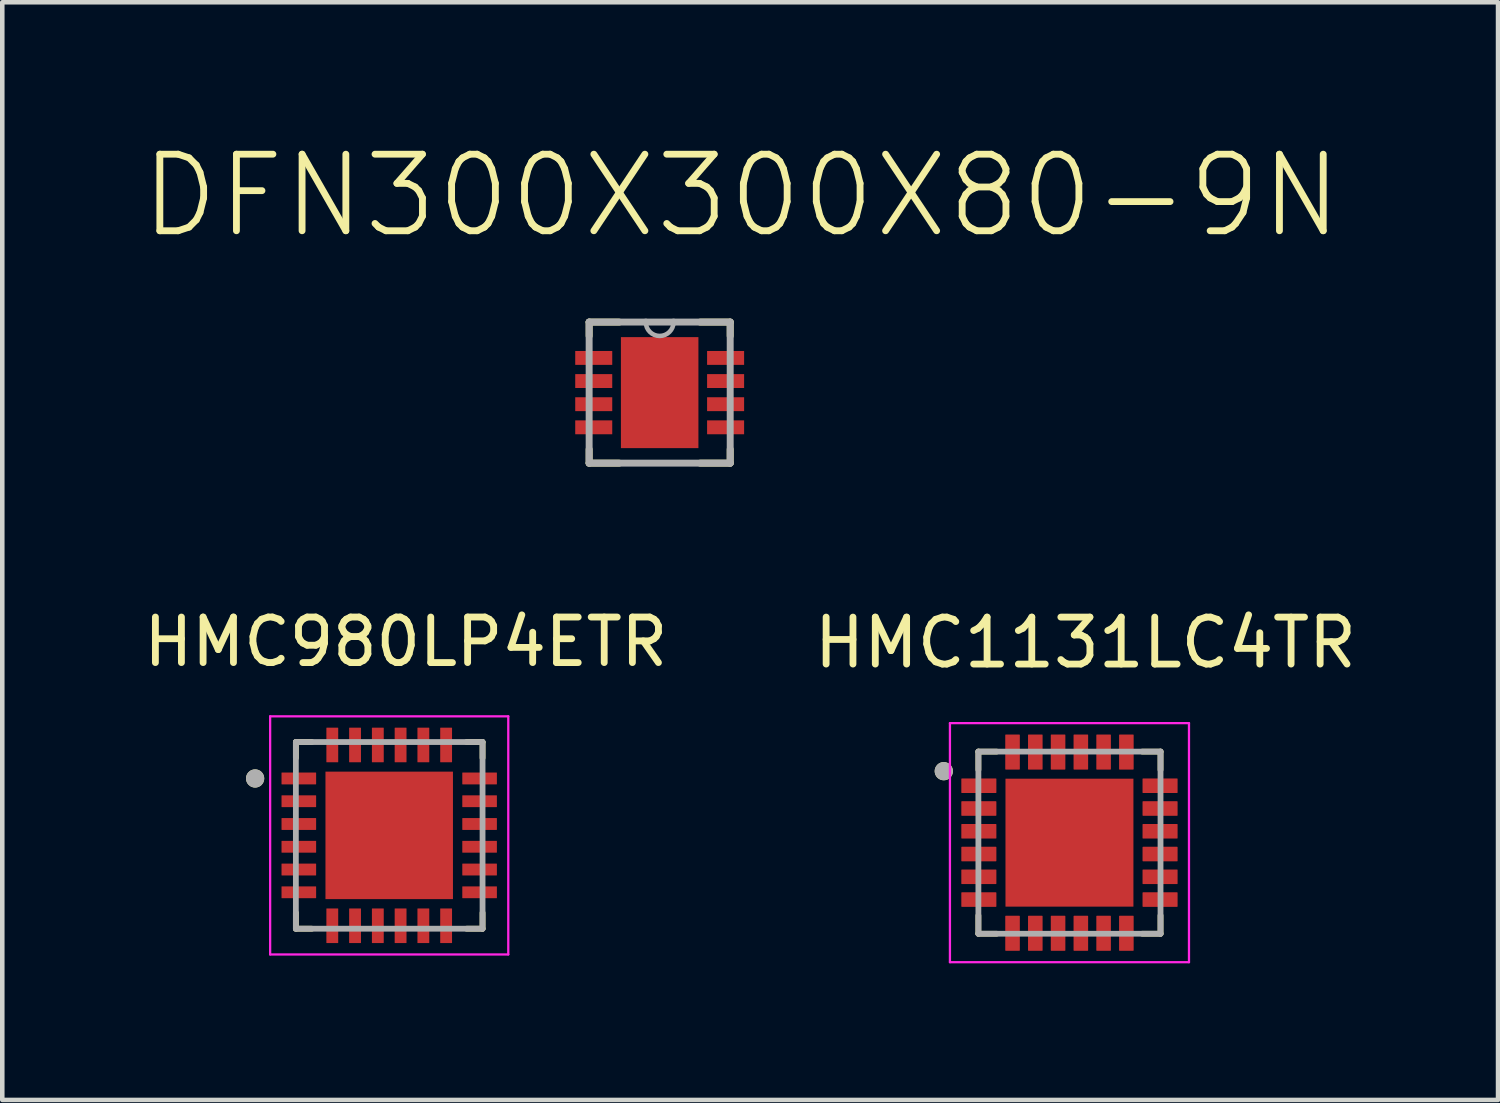
<source format=kicad_pcb>
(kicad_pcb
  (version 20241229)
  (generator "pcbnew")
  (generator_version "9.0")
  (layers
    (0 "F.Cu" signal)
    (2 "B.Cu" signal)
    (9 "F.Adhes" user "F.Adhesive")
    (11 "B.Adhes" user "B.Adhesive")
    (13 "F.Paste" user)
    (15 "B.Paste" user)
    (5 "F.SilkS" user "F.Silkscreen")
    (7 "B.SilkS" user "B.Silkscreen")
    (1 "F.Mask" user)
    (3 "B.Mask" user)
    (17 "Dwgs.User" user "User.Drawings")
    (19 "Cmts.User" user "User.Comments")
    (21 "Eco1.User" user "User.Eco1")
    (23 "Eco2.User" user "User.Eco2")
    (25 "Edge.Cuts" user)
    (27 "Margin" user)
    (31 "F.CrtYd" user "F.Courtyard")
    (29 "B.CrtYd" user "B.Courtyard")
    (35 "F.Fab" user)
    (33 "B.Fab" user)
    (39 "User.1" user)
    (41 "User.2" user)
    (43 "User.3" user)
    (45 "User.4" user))
  (footprint "DFN300X300X80-9N"
    (layer "F.Cu")
    (at 11.438 5.573)
    (property "Reference" "DFN300X300X80-9N" (at 1.798 -4.325 0) (layer "F.SilkS") (effects (font (size 1.682 1.682) (thickness 0.15))))
    (attr smd)
    (fp_line (start -1.549 -1.549) (end -1.549 -1.245) (stroke (width 0.152) (type solid)) (layer "F.SilkS"))
    (fp_line (start -1.549 1.245) (end -1.549 1.549) (stroke (width 0.152) (type solid)) (layer "F.SilkS"))
    (fp_line (start -1.549 1.549) (end -0.889 1.549) (stroke (width 0.152) (type solid)) (layer "F.SilkS"))
    (fp_line (start -0.889 -1.549) (end -1.549 -1.549) (stroke (width 0.152) (type solid)) (layer "F.SilkS"))
    (fp_line (start 0.889 1.549) (end 1.549 1.549) (stroke (width 0.152) (type solid)) (layer "F.SilkS"))
    (fp_line (start 1.549 -1.549) (end 0.889 -1.549) (stroke (width 0.152) (type solid)) (layer "F.SilkS"))
    (fp_line (start 1.549 -1.245) (end 1.549 -1.549) (stroke (width 0.152) (type solid)) (layer "F.SilkS"))
    (fp_line (start 1.549 1.549) (end 1.549 1.245) (stroke (width 0.152) (type solid)) (layer "F.SilkS"))
    (fp_line (start -1.549 -1.549) (end -1.549 1.549) (stroke (width 0.152) (type solid)) (layer "F.Fab"))
    (fp_line (start -1.549 1.549) (end 1.549 1.549) (stroke (width 0.152) (type solid)) (layer "F.Fab"))
    (fp_line (start -0.305 -1.549) (end -1.549 -1.549) (stroke (width 0.152) (type solid)) (layer "F.Fab"))
    (fp_line (start 0.305 -1.549) (end -0.305 -1.549) (stroke (width 0.152) (type solid)) (layer "F.Fab"))
    (fp_line (start 1.549 -1.549) (end 0.305 -1.549) (stroke (width 0.152) (type solid)) (layer "F.Fab"))
    (fp_line (start 1.549 1.549) (end 1.549 -1.549) (stroke (width 0.152) (type solid)) (layer "F.Fab"))
    (fp_arc (start 0.3048 -1.5494) (mid 0 -1.2446) (end -0.3048 -1.5494) (stroke (width 0.1) (type solid)) (layer "F.Fab"))
    (pad "1" smd rect (at -1.448 -0.762) (size 0.813 0.305) (layers "F.Cu" "F.Mask" "F.Paste"))
    (pad "2" smd rect (at -1.448 -0.254) (size 0.813 0.305) (layers "F.Cu" "F.Mask" "F.Paste"))
    (pad "3" smd rect (at -1.448 0.254) (size 0.813 0.305) (layers "F.Cu" "F.Mask" "F.Paste"))
    (pad "4" smd rect (at -1.448 0.762) (size 0.813 0.305) (layers "F.Cu" "F.Mask" "F.Paste"))
    (pad "5" smd rect (at 1.448 0.762) (size 0.813 0.305) (layers "F.Cu" "F.Mask" "F.Paste"))
    (pad "6" smd rect (at 1.448 0.254) (size 0.813 0.305) (layers "F.Cu" "F.Mask" "F.Paste"))
    (pad "7" smd rect (at 1.448 -0.254) (size 0.813 0.305) (layers "F.Cu" "F.Mask" "F.Paste"))
    (pad "8" smd rect (at 1.448 -0.762) (size 0.813 0.305) (layers "F.Cu" "F.Mask" "F.Paste"))
    (pad "9" smd rect (at 0 0) (size 1.702 2.438) (layers "F.Cu" "F.Mask" "F.Paste")))
  (footprint "HMC980LP4ETR"
    (layer "F.Cu")
    (at 5.498 15.297)
    (property "Reference" "HMC980LP4ETR" (at 0.365 -4.25 0) (layer "F.SilkS") (effects (font (size 1 1) (thickness 0.15))))
    (attr smd)
    (fp_line (start -2.05 -2.05) (end -2.05 -1.7) (stroke (width 0.127) (type solid)) (layer "F.SilkS"))
    (fp_line (start -2.05 -2.05) (end -1.7 -2.05) (stroke (width 0.127) (type solid)) (layer "F.SilkS"))
    (fp_line (start -2.05 2.05) (end -2.05 1.7) (stroke (width 0.127) (type solid)) (layer "F.SilkS"))
    (fp_line (start -2.05 2.05) (end -1.7 2.05) (stroke (width 0.127) (type solid)) (layer "F.SilkS"))
    (fp_line (start 2.05 -2.05) (end 1.7 -2.05) (stroke (width 0.127) (type solid)) (layer "F.SilkS"))
    (fp_line (start 2.05 -2.05) (end 2.05 -1.7) (stroke (width 0.127) (type solid)) (layer "F.SilkS"))
    (fp_line (start 2.05 2.05) (end 1.7 2.05) (stroke (width 0.127) (type solid)) (layer "F.SilkS"))
    (fp_line (start 2.05 2.05) (end 2.05 1.7) (stroke (width 0.127) (type solid)) (layer "F.SilkS"))
    (fp_circle (center -2.945 -1.25) (end -2.845 -1.25) (stroke (width 0.2) (type solid)) (fill no) (layer "F.SilkS"))
    (fp_poly (pts (xy -0.89 -0.89) (xy 0.89 -0.89) (xy 0.89 0.89) (xy -0.89 0.89)) (stroke (width 0.01) (type solid)) (fill yes) (layer "F.Paste"))
    (fp_line (start -2.615 -2.615) (end 2.615 -2.615) (stroke (width 0.05) (type solid)) (layer "F.CrtYd"))
    (fp_line (start -2.615 2.615) (end -2.615 -2.615) (stroke (width 0.05) (type solid)) (layer "F.CrtYd"))
    (fp_line (start -2.615 2.615) (end 2.615 2.615) (stroke (width 0.05) (type solid)) (layer "F.CrtYd"))
    (fp_line (start 2.615 2.615) (end 2.615 -2.615) (stroke (width 0.05) (type solid)) (layer "F.CrtYd"))
    (fp_line (start -2.05 2.05) (end -2.05 -2.05) (stroke (width 0.127) (type solid)) (layer "F.Fab"))
    (fp_line (start 2.05 -2.05) (end -2.05 -2.05) (stroke (width 0.127) (type solid)) (layer "F.Fab"))
    (fp_line (start 2.05 2.05) (end -2.05 2.05) (stroke (width 0.127) (type solid)) (layer "F.Fab"))
    (fp_line (start 2.05 2.05) (end 2.05 -2.05) (stroke (width 0.127) (type solid)) (layer "F.Fab"))
    (fp_circle (center -2.945 -1.25) (end -2.845 -1.25) (stroke (width 0.2) (type solid)) (fill no) (layer "F.Fab"))
    (pad "1" smd roundrect (at -1.985 -1.25) (size 0.76 0.26) (layers "F.Cu" "F.Mask" "F.Paste") (roundrect_rratio 0.03))
    (pad "2" smd roundrect (at -1.985 -0.75) (size 0.76 0.26) (layers "F.Cu" "F.Mask" "F.Paste") (roundrect_rratio 0.03))
    (pad "3" smd roundrect (at -1.985 -0.25) (size 0.76 0.26) (layers "F.Cu" "F.Mask" "F.Paste") (roundrect_rratio 0.03))
    (pad "4" smd roundrect (at -1.985 0.25) (size 0.76 0.26) (layers "F.Cu" "F.Mask" "F.Paste") (roundrect_rratio 0.03))
    (pad "5" smd roundrect (at -1.985 0.75) (size 0.76 0.26) (layers "F.Cu" "F.Mask" "F.Paste") (roundrect_rratio 0.03))
    (pad "6" smd roundrect (at -1.985 1.25) (size 0.76 0.26) (layers "F.Cu" "F.Mask" "F.Paste") (roundrect_rratio 0.03))
    (pad "7" smd roundrect (at -1.25 1.985 90) (size 0.76 0.26) (layers "F.Cu" "F.Mask" "F.Paste") (roundrect_rratio 0.03))
    (pad "8" smd roundrect (at -0.75 1.985 90) (size 0.76 0.26) (layers "F.Cu" "F.Mask" "F.Paste") (roundrect_rratio 0.03))
    (pad "9" smd roundrect (at -0.25 1.985 90) (size 0.76 0.26) (layers "F.Cu" "F.Mask" "F.Paste") (roundrect_rratio 0.03))
    (pad "10" smd roundrect (at 0.25 1.985 90) (size 0.76 0.26) (layers "F.Cu" "F.Mask" "F.Paste") (roundrect_rratio 0.03))
    (pad "11" smd roundrect (at 0.75 1.985 90) (size 0.76 0.26) (layers "F.Cu" "F.Mask" "F.Paste") (roundrect_rratio 0.03))
    (pad "12" smd roundrect (at 1.25 1.985 90) (size 0.76 0.26) (layers "F.Cu" "F.Mask" "F.Paste") (roundrect_rratio 0.03))
    (pad "13" smd roundrect (at 1.985 1.25) (size 0.76 0.26) (layers "F.Cu" "F.Mask" "F.Paste") (roundrect_rratio 0.03))
    (pad "14" smd roundrect (at 1.985 0.75) (size 0.76 0.26) (layers "F.Cu" "F.Mask" "F.Paste") (roundrect_rratio 0.03))
    (pad "15" smd roundrect (at 1.985 0.25) (size 0.76 0.26) (layers "F.Cu" "F.Mask" "F.Paste") (roundrect_rratio 0.03))
    (pad "16" smd roundrect (at 1.985 -0.25) (size 0.76 0.26) (layers "F.Cu" "F.Mask" "F.Paste") (roundrect_rratio 0.03))
    (pad "17" smd roundrect (at 1.985 -0.75) (size 0.76 0.26) (layers "F.Cu" "F.Mask" "F.Paste") (roundrect_rratio 0.03))
    (pad "18" smd roundrect (at 1.985 -1.25) (size 0.76 0.26) (layers "F.Cu" "F.Mask" "F.Paste") (roundrect_rratio 0.03))
    (pad "19" smd roundrect (at 1.25 -1.985 90) (size 0.76 0.26) (layers "F.Cu" "F.Mask" "F.Paste") (roundrect_rratio 0.03))
    (pad "20" smd roundrect (at 0.75 -1.985 90) (size 0.76 0.26) (layers "F.Cu" "F.Mask" "F.Paste") (roundrect_rratio 0.03))
    (pad "21" smd roundrect (at 0.25 -1.985 90) (size 0.76 0.26) (layers "F.Cu" "F.Mask" "F.Paste") (roundrect_rratio 0.03))
    (pad "22" smd roundrect (at -0.25 -1.985 90) (size 0.76 0.26) (layers "F.Cu" "F.Mask" "F.Paste") (roundrect_rratio 0.03))
    (pad "23" smd roundrect (at -0.75 -1.985 90) (size 0.76 0.26) (layers "F.Cu" "F.Mask" "F.Paste") (roundrect_rratio 0.03))
    (pad "24" smd roundrect (at -1.25 -1.985 90) (size 0.76 0.26) (layers "F.Cu" "F.Mask" "F.Paste") (roundrect_rratio 0.03))
    (pad "25" smd rect (at 0 0) (size 2.8 2.8) (layers "F.Cu" "F.Mask")))
  (footprint "HMC1131LC4TR"
    (layer "F.Cu")
    (at 20.438 15.457)
    (property "Reference" "HMC1131LC4TR" (at 0.351 -4.392 0) (layer "F.SilkS") (effects (font (size 1.031 1.031) (thickness 0.15))))
    (attr smd)
    (fp_line (start -2 -2) (end -2 -1.6) (stroke (width 0.127) (type solid)) (layer "F.SilkS"))
    (fp_line (start -2 2) (end -2 1.6) (stroke (width 0.127) (type solid)) (layer "F.SilkS"))
    (fp_line (start -1.6 -2) (end -2 -2) (stroke (width 0.127) (type solid)) (layer "F.SilkS"))
    (fp_line (start -1.6 2) (end -2 2) (stroke (width 0.127) (type solid)) (layer "F.SilkS"))
    (fp_line (start 1.6 -2) (end 2 -2) (stroke (width 0.127) (type solid)) (layer "F.SilkS"))
    (fp_line (start 1.6 2) (end 2 2) (stroke (width 0.127) (type solid)) (layer "F.SilkS"))
    (fp_line (start 2 -2) (end 2 -1.6) (stroke (width 0.127) (type solid)) (layer "F.SilkS"))
    (fp_line (start 2 2) (end 2 1.6) (stroke (width 0.127) (type solid)) (layer "F.SilkS"))
    (fp_circle (center -2.76 -1.57) (end -2.56 -1.57) (stroke (width 0) (type solid)) (fill yes) (layer "F.SilkS"))
    (fp_poly (pts (xy -0.724 -0.703) (xy 0.703 -0.703) (xy 0.703 0.724) (xy -0.724 0.724)) (stroke (width 0.01) (type solid)) (fill yes) (layer "F.Paste"))
    (fp_line (start -2.625 -2.625) (end 2.625 -2.625) (stroke (width 0.05) (type solid)) (layer "F.CrtYd"))
    (fp_line (start -2.625 2.625) (end -2.625 -2.625) (stroke (width 0.05) (type solid)) (layer "F.CrtYd"))
    (fp_line (start -2.625 2.625) (end 2.625 2.625) (stroke (width 0.05) (type solid)) (layer "F.CrtYd"))
    (fp_line (start 2.625 2.625) (end 2.625 -2.625) (stroke (width 0.05) (type solid)) (layer "F.CrtYd"))
    (fp_line (start -2 2) (end -2 -2) (stroke (width 0.127) (type solid)) (layer "F.Fab"))
    (fp_line (start 2 -2) (end -2 -2) (stroke (width 0.127) (type solid)) (layer "F.Fab"))
    (fp_line (start 2 2) (end -2 2) (stroke (width 0.127) (type solid)) (layer "F.Fab"))
    (fp_line (start 2 2) (end 2 -2) (stroke (width 0.127) (type solid)) (layer "F.Fab"))
    (fp_circle (center -2.76 -1.57) (end -2.56 -1.57) (stroke (width 0) (type solid)) (fill yes) (layer "F.Fab"))
    (pad "1" smd roundrect (at -1.99 -1.25) (size 0.77 0.32) (layers "F.Cu" "F.Mask" "F.Paste") (roundrect_rratio 0.04))
    (pad "2" smd roundrect (at -1.99 -0.75) (size 0.77 0.32) (layers "F.Cu" "F.Mask" "F.Paste") (roundrect_rratio 0.04))
    (pad "3" smd roundrect (at -1.99 -0.25) (size 0.77 0.32) (layers "F.Cu" "F.Mask" "F.Paste") (roundrect_rratio 0.04))
    (pad "4" smd roundrect (at -1.99 0.25) (size 0.77 0.32) (layers "F.Cu" "F.Mask" "F.Paste") (roundrect_rratio 0.04))
    (pad "5" smd roundrect (at -1.99 0.75) (size 0.77 0.32) (layers "F.Cu" "F.Mask" "F.Paste") (roundrect_rratio 0.04))
    (pad "6" smd roundrect (at -1.99 1.25) (size 0.77 0.32) (layers "F.Cu" "F.Mask" "F.Paste") (roundrect_rratio 0.04))
    (pad "7" smd roundrect (at -1.25 1.99 90) (size 0.77 0.32) (layers "F.Cu" "F.Mask" "F.Paste") (roundrect_rratio 0.04))
    (pad "8" smd roundrect (at -0.75 1.99 90) (size 0.77 0.32) (layers "F.Cu" "F.Mask" "F.Paste") (roundrect_rratio 0.04))
    (pad "9" smd roundrect (at -0.25 1.99 90) (size 0.77 0.32) (layers "F.Cu" "F.Mask" "F.Paste") (roundrect_rratio 0.04))
    (pad "10" smd roundrect (at 0.25 1.99 90) (size 0.77 0.32) (layers "F.Cu" "F.Mask" "F.Paste") (roundrect_rratio 0.04))
    (pad "11" smd roundrect (at 0.75 1.99 90) (size 0.77 0.32) (layers "F.Cu" "F.Mask" "F.Paste") (roundrect_rratio 0.04))
    (pad "12" smd roundrect (at 1.25 1.99 90) (size 0.77 0.32) (layers "F.Cu" "F.Mask" "F.Paste") (roundrect_rratio 0.04))
    (pad "13" smd roundrect (at 1.99 1.25) (size 0.77 0.32) (layers "F.Cu" "F.Mask" "F.Paste") (roundrect_rratio 0.04))
    (pad "14" smd roundrect (at 1.99 0.75) (size 0.77 0.32) (layers "F.Cu" "F.Mask" "F.Paste") (roundrect_rratio 0.04))
    (pad "15" smd roundrect (at 1.99 0.25) (size 0.77 0.32) (layers "F.Cu" "F.Mask" "F.Paste") (roundrect_rratio 0.04))
    (pad "16" smd roundrect (at 1.99 -0.25) (size 0.77 0.32) (layers "F.Cu" "F.Mask" "F.Paste") (roundrect_rratio 0.04))
    (pad "17" smd roundrect (at 1.99 -0.75) (size 0.77 0.32) (layers "F.Cu" "F.Mask" "F.Paste") (roundrect_rratio 0.04))
    (pad "18" smd roundrect (at 1.99 -1.25) (size 0.77 0.32) (layers "F.Cu" "F.Mask" "F.Paste") (roundrect_rratio 0.04))
    (pad "19" smd roundrect (at 1.25 -1.99 90) (size 0.77 0.32) (layers "F.Cu" "F.Mask" "F.Paste") (roundrect_rratio 0.04))
    (pad "20" smd roundrect (at 0.75 -1.99 90) (size 0.77 0.32) (layers "F.Cu" "F.Mask" "F.Paste") (roundrect_rratio 0.04))
    (pad "21" smd roundrect (at 0.25 -1.99 90) (size 0.77 0.32) (layers "F.Cu" "F.Mask" "F.Paste") (roundrect_rratio 0.04))
    (pad "22" smd roundrect (at -0.25 -1.99 90) (size 0.77 0.32) (layers "F.Cu" "F.Mask" "F.Paste") (roundrect_rratio 0.04))
    (pad "23" smd roundrect (at -0.75 -1.99 90) (size 0.77 0.32) (layers "F.Cu" "F.Mask" "F.Paste") (roundrect_rratio 0.04))
    (pad "24" smd roundrect (at -1.25 -1.99 90) (size 0.77 0.32) (layers "F.Cu" "F.Mask" "F.Paste") (roundrect_rratio 0.04))
    (pad "25" smd rect (at 0 0) (size 2.81 2.81) (layers "F.Cu" "F.Mask")))
  (gr_rect
    (start -3 -3)
    (end 29.851 21.107)
    (stroke (width 0.1) (type default))
    (fill no)
    (layer "Edge.Cuts")))
</source>
